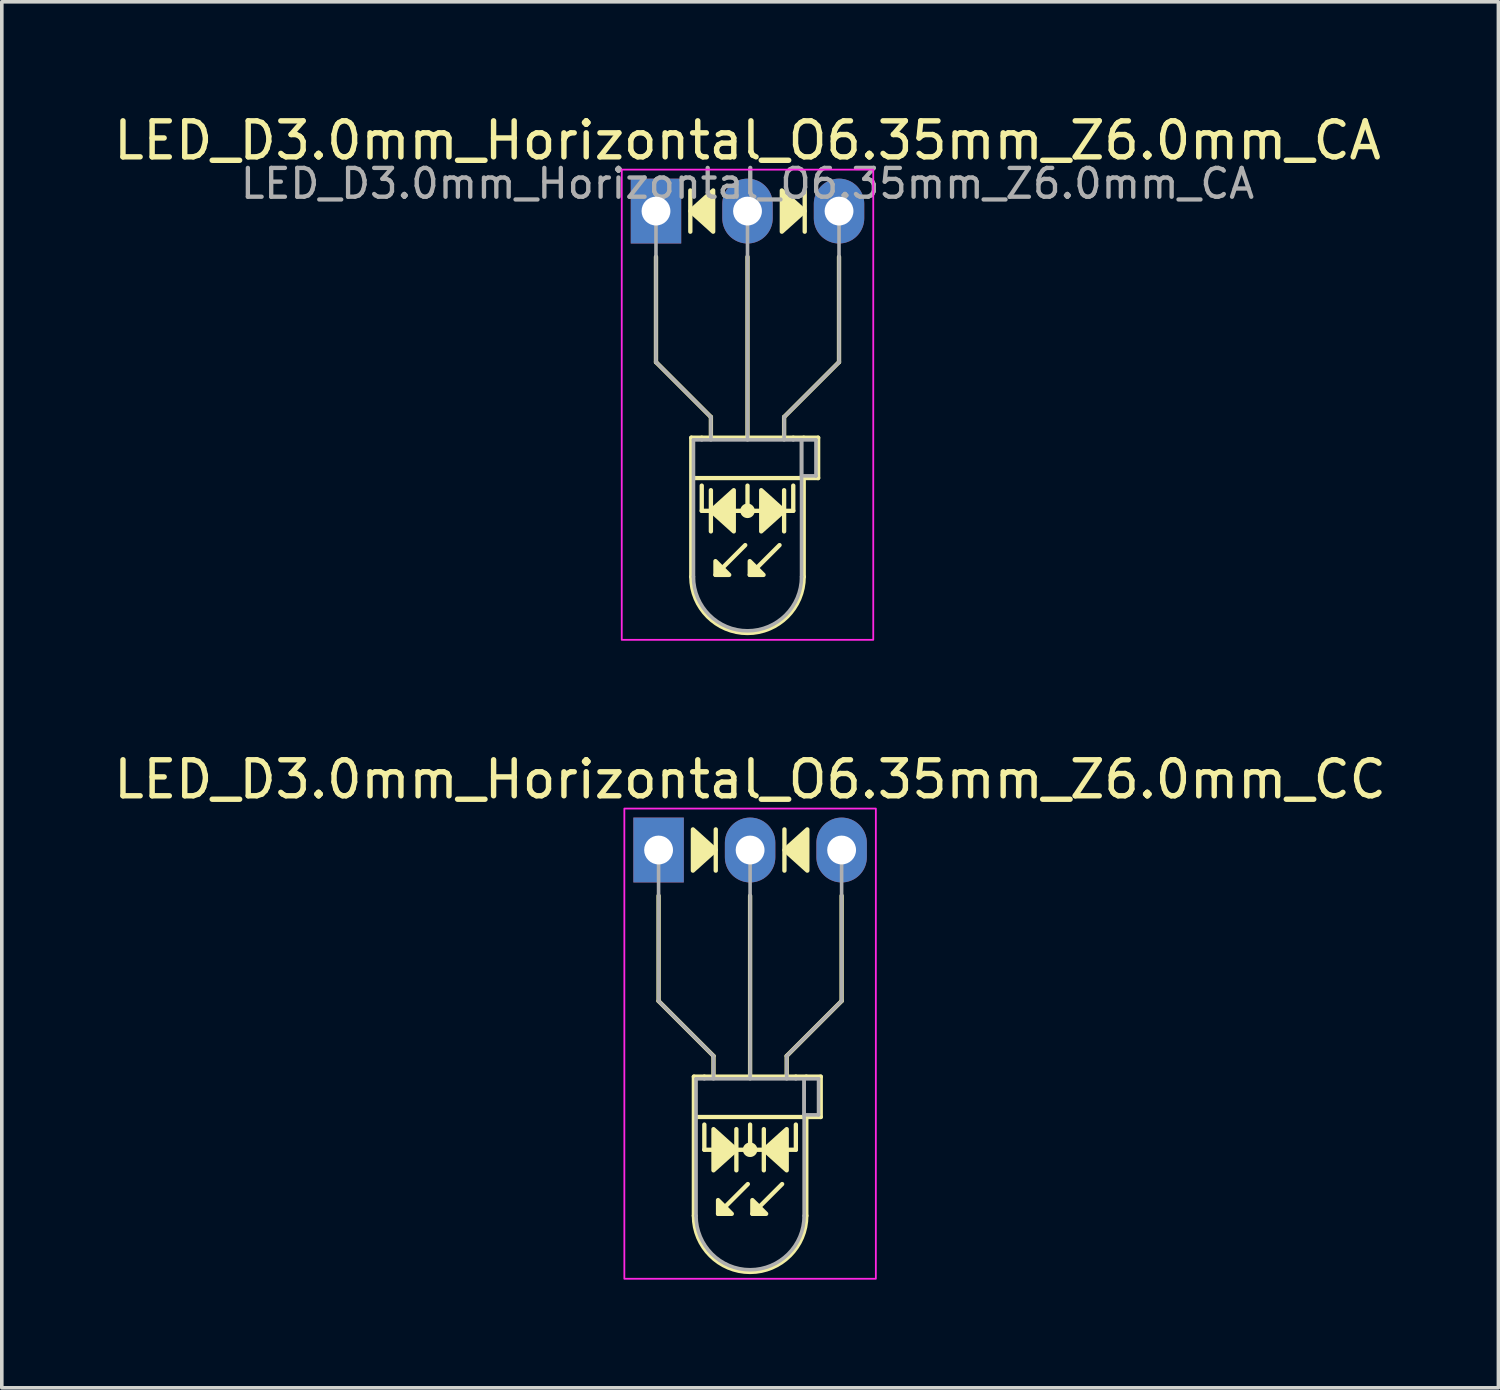
<source format=kicad_pcb>
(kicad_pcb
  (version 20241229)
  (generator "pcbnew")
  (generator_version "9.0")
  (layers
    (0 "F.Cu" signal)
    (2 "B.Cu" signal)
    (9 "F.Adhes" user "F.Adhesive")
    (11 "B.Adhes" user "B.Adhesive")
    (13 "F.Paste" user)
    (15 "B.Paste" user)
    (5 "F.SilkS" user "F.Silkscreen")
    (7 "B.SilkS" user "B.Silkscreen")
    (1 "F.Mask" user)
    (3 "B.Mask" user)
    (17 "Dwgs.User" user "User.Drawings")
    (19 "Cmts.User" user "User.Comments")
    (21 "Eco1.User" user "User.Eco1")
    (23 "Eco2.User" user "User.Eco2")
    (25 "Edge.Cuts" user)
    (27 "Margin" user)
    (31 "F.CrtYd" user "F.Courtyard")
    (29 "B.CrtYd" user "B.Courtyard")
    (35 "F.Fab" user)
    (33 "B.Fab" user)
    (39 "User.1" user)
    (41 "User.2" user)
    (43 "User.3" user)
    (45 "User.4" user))
  (footprint "LED_D3.0mm_Horizontal_O6.35mm_Z6.0mm_CA"
    (layer "F.Cu")
    (at 15.156 2.808)
    (property "Reference" "LED_D3.0mm_Horizontal_O6.35mm_Z6.0mm_CA" (at 2.54 -1.96 0) (layer "F.SilkS") (effects (font (size 1 1) (thickness 0.15))))
    (fp_line (start 0 1.27) (end 0 4.191) (stroke (width 0.12) (type default)) (layer "F.SilkS"))
    (fp_line (start 0 4.191) (end 1.524 5.715) (stroke (width 0.12) (type default)) (layer "F.SilkS"))
    (fp_line (start 0.953 -0.572) (end 0.953 0.572) (stroke (width 0.12) (type solid)) (layer "F.SilkS"))
    (fp_line (start 0.98 6.29) (end 0.98 10.15) (stroke (width 0.12) (type solid)) (layer "F.SilkS"))
    (fp_line (start 0.98 6.29) (end 4.1 6.29) (stroke (width 0.12) (type solid)) (layer "F.SilkS"))
    (fp_line (start 1.27 6.29) (end 1.27 6.29) (stroke (width 0.12) (type solid)) (layer "F.SilkS"))
    (fp_line (start 1.27 8.319) (end 1.27 7.62) (stroke (width 0.12) (type default)) (layer "F.SilkS"))
    (fp_line (start 1.524 5.715) (end 1.524 6.223) (stroke (width 0.12) (type default)) (layer "F.SilkS"))
    (fp_line (start 1.524 7.747) (end 1.524 8.89) (stroke (width 0.12) (type solid)) (layer "F.SilkS"))
    (fp_line (start 2.477 9.271) (end 1.651 10.097) (stroke (width 0.12) (type solid)) (layer "F.SilkS"))
    (fp_line (start 2.54 6.29) (end 2.54 1.27) (stroke (width 0.12) (type default)) (layer "F.SilkS"))
    (fp_line (start 2.54 8.319) (end 2.54 7.62) (stroke (width 0.12) (type default)) (layer "F.SilkS"))
    (fp_line (start 3.429 9.271) (end 2.603 10.097) (stroke (width 0.12) (type solid)) (layer "F.SilkS"))
    (fp_line (start 3.556 5.715) (end 3.556 6.223) (stroke (width 0.12) (type default)) (layer "F.SilkS"))
    (fp_line (start 3.556 8.89) (end 3.556 7.747) (stroke (width 0.12) (type solid)) (layer "F.SilkS"))
    (fp_line (start 3.81 6.29) (end 3.81 6.29) (stroke (width 0.12) (type solid)) (layer "F.SilkS"))
    (fp_line (start 3.81 8.319) (end 1.27 8.319) (stroke (width 0.12) (type default)) (layer "F.SilkS"))
    (fp_line (start 3.81 8.319) (end 3.81 7.62) (stroke (width 0.12) (type default)) (layer "F.SilkS"))
    (fp_line (start 4.1 6.29) (end 4.5 6.29) (stroke (width 0.12) (type solid)) (layer "F.SilkS"))
    (fp_line (start 4.1 7.41) (end 4.1 10.15) (stroke (width 0.12) (type solid)) (layer "F.SilkS"))
    (fp_line (start 4.128 0.572) (end 4.128 -0.572) (stroke (width 0.12) (type solid)) (layer "F.SilkS"))
    (fp_line (start 4.5 6.29) (end 4.5 7.41) (stroke (width 0.12) (type solid)) (layer "F.SilkS"))
    (fp_line (start 4.5 7.41) (end 1.016 7.41) (stroke (width 0.12) (type solid)) (layer "F.SilkS"))
    (fp_line (start 5.08 1.27) (end 5.08 4.191) (stroke (width 0.12) (type default)) (layer "F.SilkS"))
    (fp_line (start 5.08 4.191) (end 3.556 5.715) (stroke (width 0.12) (type default)) (layer "F.SilkS"))
    (fp_arc (start 4.1 10.15) (mid 2.54 11.71) (end 0.98 10.15) (stroke (width 0.12) (type solid)) (layer "F.SilkS"))
    (fp_circle (center 2.54 8.319) (end 2.682 8.319) (stroke (width 0.12) (type solid)) (fill yes) (layer "F.SilkS"))
    (fp_poly (pts (xy 1.587 0.572) (xy 0.953 0) (xy 1.587 -0.572)) (stroke (width 0.12) (type solid)) (fill yes) (layer "F.SilkS"))
    (fp_poly (pts (xy 1.651 9.716) (xy 2.032 10.097) (xy 1.651 10.097)) (stroke (width 0.12) (type solid)) (fill yes) (layer "F.SilkS"))
    (fp_poly (pts (xy 2.159 8.89) (xy 1.524 8.319) (xy 2.159 7.747)) (stroke (width 0.12) (type solid)) (fill yes) (layer "F.SilkS"))
    (fp_poly (pts (xy 2.603 9.716) (xy 2.985 10.097) (xy 2.603 10.097)) (stroke (width 0.12) (type solid)) (fill yes) (layer "F.SilkS"))
    (fp_poly (pts (xy 2.921 7.747) (xy 3.556 8.319) (xy 2.921 8.89)) (stroke (width 0.12) (type solid)) (fill yes) (layer "F.SilkS"))
    (fp_poly (pts (xy 3.493 -0.572) (xy 4.128 0) (xy 3.493 0.572)) (stroke (width 0.12) (type solid)) (fill yes) (layer "F.SilkS"))
    (fp_rect (start -0.95 -1.15) (end 6.03 11.9) (stroke (width 0.05) (type default)) (fill no) (layer "F.CrtYd"))
    (fp_line (start 0 0) (end 0 0) (stroke (width 0.1) (type solid)) (layer "F.Fab"))
    (fp_line (start 0 4.191) (end 0 0) (stroke (width 0.1) (type default)) (layer "F.Fab"))
    (fp_line (start 1.04 6.35) (end 1.04 10.15) (stroke (width 0.1) (type solid)) (layer "F.Fab"))
    (fp_line (start 1.04 6.35) (end 4.04 6.35) (stroke (width 0.1) (type solid)) (layer "F.Fab"))
    (fp_line (start 1.27 6.35) (end 1.27 6.35) (stroke (width 0.1) (type solid)) (layer "F.Fab"))
    (fp_line (start 1.524 5.715) (end 0 4.191) (stroke (width 0.1) (type default)) (layer "F.Fab"))
    (fp_line (start 1.524 6.35) (end 1.524 5.715) (stroke (width 0.1) (type default)) (layer "F.Fab"))
    (fp_line (start 2.54 0) (end 2.54 0) (stroke (width 0.1) (type solid)) (layer "F.Fab"))
    (fp_line (start 2.54 0) (end 2.54 6.35) (stroke (width 0.1) (type default)) (layer "F.Fab"))
    (fp_line (start 3.556 5.715) (end 5.08 4.191) (stroke (width 0.1) (type default)) (layer "F.Fab"))
    (fp_line (start 3.556 6.35) (end 3.556 5.715) (stroke (width 0.1) (type default)) (layer "F.Fab"))
    (fp_line (start 3.81 6.35) (end 3.81 6.35) (stroke (width 0.1) (type solid)) (layer "F.Fab"))
    (fp_line (start 4.04 6.35) (end 4.04 10.15) (stroke (width 0.1) (type solid)) (layer "F.Fab"))
    (fp_line (start 4.04 6.35) (end 4.44 6.35) (stroke (width 0.1) (type solid)) (layer "F.Fab"))
    (fp_line (start 4.04 7.35) (end 4.04 6.35) (stroke (width 0.1) (type solid)) (layer "F.Fab"))
    (fp_line (start 4.44 6.35) (end 4.44 7.35) (stroke (width 0.1) (type solid)) (layer "F.Fab"))
    (fp_line (start 4.44 7.35) (end 4.04 7.35) (stroke (width 0.1) (type solid)) (layer "F.Fab"))
    (fp_line (start 5.08 4.191) (end 5.08 0) (stroke (width 0.1) (type default)) (layer "F.Fab"))
    (fp_arc (start 4.04 10.15) (mid 2.54 11.65) (end 1.04 10.15) (stroke (width 0.1) (type solid)) (layer "F.Fab"))
    (fp_text user "${REFERENCE}" (at 2.54 -0.762 0) (layer "F.Fab") (effects (font (size 0.8 0.8) (thickness 0.12))))
    (pad "1" thru_hole rect (at 0 0) (size 1.4 1.8) (drill 0.8) (layers "*.Cu" "*.Mask"))
    (pad "2" thru_hole oval (at 2.54 0) (size 1.4 1.8) (drill 0.8) (layers "*.Cu" "*.Mask"))
    (pad "3" thru_hole oval (at 5.08 0) (size 1.4 1.8) (drill 0.8) (layers "*.Cu" "*.Mask")))
  (footprint "LED_D3.0mm_Horizontal_O6.35mm_Z6.0mm_CC"
    (layer "F.Cu")
    (at 15.228 20.541)
    (property "Reference" "LED_D3.0mm_Horizontal_O6.35mm_Z6.0mm_CC" (at 2.54 -1.96 0) (layer "F.SilkS") (effects (font (size 1 1) (thickness 0.15))))
    (fp_line (start 0 1.27) (end 0 4.191) (stroke (width 0.12) (type default)) (layer "F.SilkS"))
    (fp_line (start 0 4.191) (end 1.524 5.715) (stroke (width 0.12) (type default)) (layer "F.SilkS"))
    (fp_line (start 0.98 6.29) (end 0.98 10.15) (stroke (width 0.12) (type solid)) (layer "F.SilkS"))
    (fp_line (start 0.98 6.29) (end 4.1 6.29) (stroke (width 0.12) (type solid)) (layer "F.SilkS"))
    (fp_line (start 1.27 6.29) (end 1.27 6.29) (stroke (width 0.12) (type solid)) (layer "F.SilkS"))
    (fp_line (start 1.27 8.319) (end 1.27 7.62) (stroke (width 0.12) (type default)) (layer "F.SilkS"))
    (fp_line (start 1.524 5.715) (end 1.524 6.223) (stroke (width 0.12) (type default)) (layer "F.SilkS"))
    (fp_line (start 1.587 0.572) (end 1.587 -0.572) (stroke (width 0.12) (type solid)) (layer "F.SilkS"))
    (fp_line (start 2.159 8.89) (end 2.159 7.747) (stroke (width 0.12) (type solid)) (layer "F.SilkS"))
    (fp_line (start 2.477 9.271) (end 1.651 10.097) (stroke (width 0.12) (type solid)) (layer "F.SilkS"))
    (fp_line (start 2.54 6.29) (end 2.54 1.27) (stroke (width 0.12) (type default)) (layer "F.SilkS"))
    (fp_line (start 2.54 8.319) (end 2.54 7.62) (stroke (width 0.12) (type default)) (layer "F.SilkS"))
    (fp_line (start 2.921 7.747) (end 2.921 8.89) (stroke (width 0.12) (type solid)) (layer "F.SilkS"))
    (fp_line (start 3.429 9.271) (end 2.603 10.097) (stroke (width 0.12) (type solid)) (layer "F.SilkS"))
    (fp_line (start 3.493 -0.572) (end 3.493 0.572) (stroke (width 0.12) (type solid)) (layer "F.SilkS"))
    (fp_line (start 3.556 5.715) (end 3.556 6.223) (stroke (width 0.12) (type default)) (layer "F.SilkS"))
    (fp_line (start 3.81 6.29) (end 3.81 6.29) (stroke (width 0.12) (type solid)) (layer "F.SilkS"))
    (fp_line (start 3.81 8.319) (end 1.27 8.319) (stroke (width 0.12) (type default)) (layer "F.SilkS"))
    (fp_line (start 3.81 8.319) (end 3.81 7.62) (stroke (width 0.12) (type default)) (layer "F.SilkS"))
    (fp_line (start 4.1 6.29) (end 4.5 6.29) (stroke (width 0.12) (type solid)) (layer "F.SilkS"))
    (fp_line (start 4.1 7.41) (end 4.1 10.15) (stroke (width 0.12) (type solid)) (layer "F.SilkS"))
    (fp_line (start 4.5 6.29) (end 4.5 7.41) (stroke (width 0.12) (type solid)) (layer "F.SilkS"))
    (fp_line (start 4.5 7.41) (end 1.016 7.41) (stroke (width 0.12) (type solid)) (layer "F.SilkS"))
    (fp_line (start 5.08 1.27) (end 5.08 4.191) (stroke (width 0.12) (type default)) (layer "F.SilkS"))
    (fp_line (start 5.08 4.191) (end 3.556 5.715) (stroke (width 0.12) (type default)) (layer "F.SilkS"))
    (fp_arc (start 4.1 10.15) (mid 2.54 11.71) (end 0.98 10.15) (stroke (width 0.12) (type solid)) (layer "F.SilkS"))
    (fp_circle (center 2.54 8.319) (end 2.682 8.319) (stroke (width 0.12) (type solid)) (fill yes) (layer "F.SilkS"))
    (fp_poly (pts (xy 0.953 -0.572) (xy 1.587 0) (xy 0.953 0.572)) (stroke (width 0.12) (type solid)) (fill yes) (layer "F.SilkS"))
    (fp_poly (pts (xy 1.524 7.747) (xy 2.159 8.319) (xy 1.524 8.89)) (stroke (width 0.12) (type solid)) (fill yes) (layer "F.SilkS"))
    (fp_poly (pts (xy 1.651 9.716) (xy 2.032 10.097) (xy 1.651 10.097)) (stroke (width 0.12) (type solid)) (fill yes) (layer "F.SilkS"))
    (fp_poly (pts (xy 2.603 9.716) (xy 2.985 10.097) (xy 2.603 10.097)) (stroke (width 0.12) (type solid)) (fill yes) (layer "F.SilkS"))
    (fp_poly (pts (xy 3.556 8.89) (xy 2.921 8.319) (xy 3.556 7.747)) (stroke (width 0.12) (type solid)) (fill yes) (layer "F.SilkS"))
    (fp_poly (pts (xy 4.128 0.572) (xy 3.493 0) (xy 4.128 -0.572)) (stroke (width 0.12) (type solid)) (fill yes) (layer "F.SilkS"))
    (fp_rect (start -0.95 -1.15) (end 6.03 11.9) (stroke (width 0.05) (type default)) (fill no) (layer "F.CrtYd"))
    (fp_line (start 0 0) (end 0 0) (stroke (width 0.1) (type solid)) (layer "F.Fab"))
    (fp_line (start 0 4.191) (end 0 0) (stroke (width 0.1) (type default)) (layer "F.Fab"))
    (fp_line (start 1.04 6.35) (end 1.04 10.15) (stroke (width 0.1) (type solid)) (layer "F.Fab"))
    (fp_line (start 1.04 6.35) (end 4.04 6.35) (stroke (width 0.1) (type solid)) (layer "F.Fab"))
    (fp_line (start 1.27 6.35) (end 1.27 6.35) (stroke (width 0.1) (type solid)) (layer "F.Fab"))
    (fp_line (start 1.524 5.715) (end 0 4.191) (stroke (width 0.1) (type default)) (layer "F.Fab"))
    (fp_line (start 1.524 6.35) (end 1.524 5.715) (stroke (width 0.1) (type default)) (layer "F.Fab"))
    (fp_line (start 2.54 0) (end 2.54 0) (stroke (width 0.1) (type solid)) (layer "F.Fab"))
    (fp_line (start 2.54 0) (end 2.54 6.35) (stroke (width 0.1) (type default)) (layer "F.Fab"))
    (fp_line (start 3.556 5.715) (end 5.08 4.191) (stroke (width 0.1) (type default)) (layer "F.Fab"))
    (fp_line (start 3.556 6.35) (end 3.556 5.715) (stroke (width 0.1) (type default)) (layer "F.Fab"))
    (fp_line (start 3.81 6.35) (end 3.81 6.35) (stroke (width 0.1) (type solid)) (layer "F.Fab"))
    (fp_line (start 4.04 6.35) (end 4.04 10.15) (stroke (width 0.1) (type solid)) (layer "F.Fab"))
    (fp_line (start 4.04 6.35) (end 4.44 6.35) (stroke (width 0.1) (type solid)) (layer "F.Fab"))
    (fp_line (start 4.04 7.35) (end 4.04 6.35) (stroke (width 0.1) (type solid)) (layer "F.Fab"))
    (fp_line (start 4.44 6.35) (end 4.44 7.35) (stroke (width 0.1) (type solid)) (layer "F.Fab"))
    (fp_line (start 4.44 7.35) (end 4.04 7.35) (stroke (width 0.1) (type solid)) (layer "F.Fab"))
    (fp_line (start 5.08 4.191) (end 5.08 0) (stroke (width 0.1) (type default)) (layer "F.Fab"))
    (fp_arc (start 4.04 10.15) (mid 2.54 11.65) (end 1.04 10.15) (stroke (width 0.1) (type solid)) (layer "F.Fab"))
    (pad "1" thru_hole rect (at 0 0) (size 1.4 1.8) (drill 0.8) (layers "*.Cu" "*.Mask"))
    (pad "2" thru_hole oval (at 2.54 0) (size 1.4 1.8) (drill 0.8) (layers "*.Cu" "*.Mask"))
    (pad "3" thru_hole oval (at 5.08 0) (size 1.4 1.8) (drill 0.8) (layers "*.Cu" "*.Mask")))
  (gr_rect
    (start -3 -3)
    (end 38.536 35.467)
    (stroke (width 0.1) (type default))
    (fill no)
    (layer "Edge.Cuts")))
</source>
